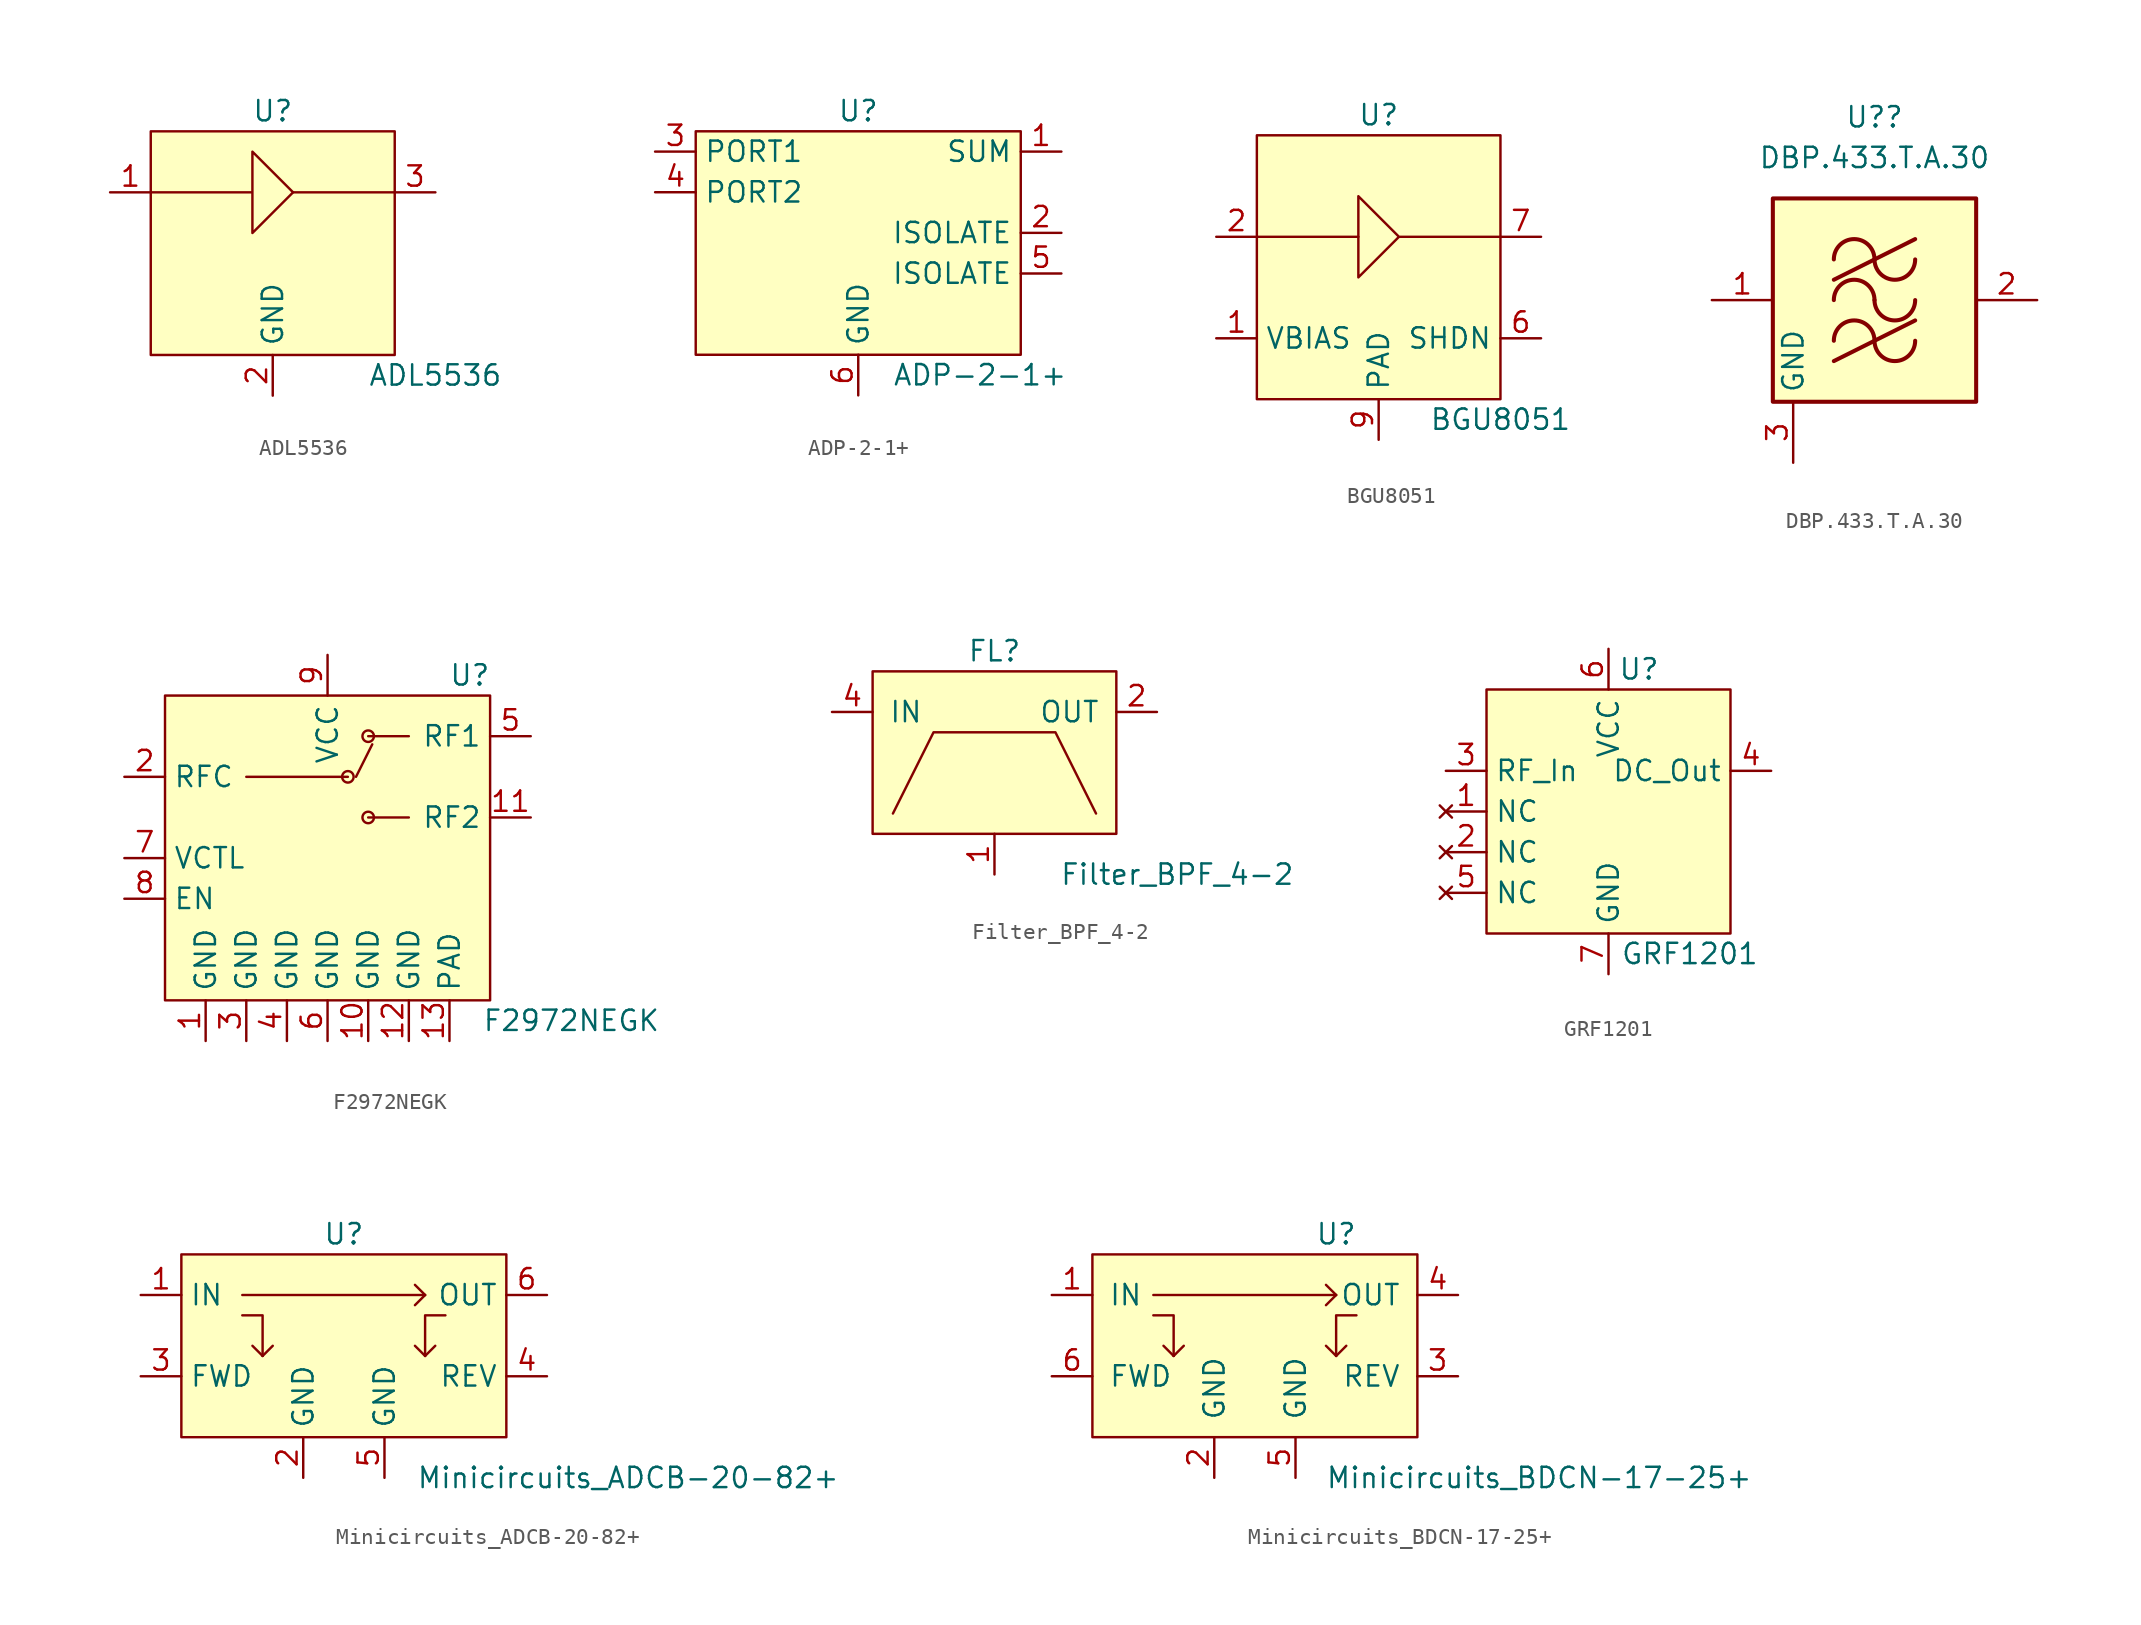
<source format=kicad_sym>
(kicad_symbol_lib
  (version 20211014)
  (generator kicad_symbol_editor)
  (symbol "ADL5536"
    (property "Reference" "U"
      (at 0 5.08 0)
      (effects (font (size 1.27 1.27))))
    (property "Value" "ADL5536"
      (at 10.16 -11.43 0)
      (effects (font (size 1.27 1.27))))
    (symbol "ADL5536_0_1"
      (rectangle (start -7.62 3.81) (end 7.62 -10.16) (stroke (width 0) (type default) (color 0 0 0 0)) (fill (type background)))
      (polyline (pts (xy 1.27 0) (xy 7.62 0)) (stroke (width 0) (type default) (color 0 0 0 0)) (fill (type none)))
      (polyline (pts (xy -7.62 0) (xy -1.27 0) (xy -1.27 2.54) (xy 1.27 0) (xy -1.27 -2.54) (xy -1.27 0)) (stroke (width 0) (type default) (color 0 0 0 0)) (fill (type none))))
    (symbol "ADL5536_1_1"
      (pin input line (at -10.16 0 0) (length 2.54) (name "~" (effects (font (size 1.27 1.27)))) (number "1" (effects (font (size 1.27 1.27)))))
      (pin power_in line (at 0 -12.7 90) (length 2.54) (name "GND" (effects (font (size 1.27 1.27)))) (number "2" (effects (font (size 1.27 1.27)))))
      (pin output line (at 10.16 0 180) (length 2.54) (name "~" (effects (font (size 1.27 1.27)))) (number "3" (effects (font (size 1.27 1.27)))))))
  (symbol "ADP-2-1+"
    (property "Reference" "U"
      (at 0 2.54 0)
      (effects (font (size 1.27 1.27))))
    (property "Value" "ADP-2-1+"
      (at 7.62 -13.97 0)
      (effects (font (size 1.27 1.27))))
    (symbol "ADP-2-1+_0_1"
      (rectangle (start -10.16 1.27) (end 10.16 -12.7) (stroke (width 0.152) (type default) (color 0 0 0 0)) (fill (type background))))
    (symbol "ADP-2-1+_1_1"
      (pin passive line (at 12.7 0 180) (length 2.54) (name "SUM" (effects (font (size 1.27 1.27)))) (number "1" (effects (font (size 1.27 1.27)))))
      (pin passive line (at 12.7 -5.08 180) (length 2.54) (name "ISOLATE" (effects (font (size 1.27 1.27)))) (number "2" (effects (font (size 1.27 1.27)))))
      (pin passive line (at -12.7 0 0) (length 2.54) (name "PORT1" (effects (font (size 1.27 1.27)))) (number "3" (effects (font (size 1.27 1.27)))))
      (pin passive line (at -12.7 -2.54 0) (length 2.54) (name "PORT2" (effects (font (size 1.27 1.27)))) (number "4" (effects (font (size 1.27 1.27)))))
      (pin passive line (at 12.7 -7.62 180) (length 2.54) (name "ISOLATE" (effects (font (size 1.27 1.27)))) (number "5" (effects (font (size 1.27 1.27)))))
      (pin power_in line (at 0 -15.24 90) (length 2.54) (name "GND" (effects (font (size 1.27 1.27)))) (number "6" (effects (font (size 1.27 1.27)))))))
  (symbol "BGU8051"
    (property "Reference" "U"
      (at 0 7.62 0)
      (effects (font (size 1.27 1.27))))
    (property "Value" "BGU8051"
      (at 7.62 -11.43 0)
      (effects (font (size 1.27 1.27))))
    (symbol "BGU8051_0_1"
      (rectangle (start -7.62 6.35) (end 7.62 -10.16) (stroke (width 0) (type default) (color 0 0 0 0)) (fill (type background)))
      (polyline (pts (xy -1.27 0) (xy -7.62 0)) (stroke (width 0) (type default) (color 0 0 0 0)) (fill (type none)))
      (polyline (pts (xy -1.27 2.54) (xy -1.27 -2.54) (xy 1.27 0) (xy -1.27 2.54) (xy 1.27 0) (xy 7.62 0)) (stroke (width 0) (type default) (color 0 0 0 0)) (fill (type none))))
    (symbol "BGU8051_1_1"
      (pin passive line (at -10.16 -6.35 0) (length 2.54) (name "VBIAS" (effects (font (size 1.27 1.27)))) (number "1" (effects (font (size 1.27 1.27)))))
      (pin passive line (at -10.16 0 0) (length 2.54) (name "~" (effects (font (size 1.27 1.27)))) (number "2" (effects (font (size 1.27 1.27)))))
      (pin passive line (at 3.81 -12.7 90) (length 2.54) hide (name "nc" (effects (font (size 1.27 1.27)))) (number "3" (effects (font (size 1.27 1.27)))))
      (pin passive line (at -2.54 -12.7 90) (length 2.54) hide (name "ic" (effects (font (size 1.27 1.27)))) (number "4" (effects (font (size 1.27 1.27)))))
      (pin passive line (at -3.81 -12.7 90) (length 2.54) hide (name "ic1" (effects (font (size 1.27 1.27)))) (number "5" (effects (font (size 1.27 1.27)))))
      (pin passive line (at 10.16 -6.35 180) (length 2.54) (name "SHDN" (effects (font (size 1.27 1.27)))) (number "6" (effects (font (size 1.27 1.27)))))
      (pin passive line (at 10.16 0 180) (length 2.54) (name "~" (effects (font (size 1.27 1.27)))) (number "7" (effects (font (size 1.27 1.27)))))
      (pin passive line (at -6.35 -12.7 90) (length 2.54) hide (name "nc1" (effects (font (size 1.27 1.27)))) (number "8" (effects (font (size 1.27 1.27)))))
      (pin power_in line (at 0 -12.7 90) (length 2.54) (name "PAD" (effects (font (size 1.27 1.27)))) (number "9" (effects (font (size 1.27 1.27)))))))
  (symbol "DBP.433.T.A.30"
    (property "Reference" "U?"
      (at 0 11.43 0)
      (effects (font (size 1.27 1.27))))
    (property "Value" "DBP.433.T.A.30"
      (at 0 8.89 0)
      (effects (font (size 1.27 1.27))))
    (symbol "DBP.433.T.A.30_0_1"
      (rectangle (start -6.35 6.35) (end 6.35 -6.35) (stroke (width 0.254) (type default) (color 0 0 0 0)) (fill (type background)))
      (arc (start 0 -2.54) (mid -1.27 -1.27) (end -2.54 -2.54) (stroke (width 0.254) (type default) (color 0 0 0 0)) (fill (type none)))
      (arc (start 0 -2.54) (mid 1.27 -3.81) (end 2.54 -2.54) (stroke (width 0.254) (type default) (color 0 0 0 0)) (fill (type none)))
      (arc (start 0 0) (mid -1.27 1.27) (end -2.54 0) (stroke (width 0.254) (type default) (color 0 0 0 0)) (fill (type none)))
      (polyline (pts (xy -2.54 -3.81) (xy 2.54 -1.27)) (stroke (width 0.254) (type default) (color 0 0 0 0)) (fill (type none)))
      (polyline (pts (xy -2.54 1.27) (xy 2.54 3.81)) (stroke (width 0.254) (type default) (color 0 0 0 0)) (fill (type none)))
      (arc (start 0 0) (mid 1.27 -1.27) (end 2.54 0) (stroke (width 0.254) (type default) (color 0 0 0 0)) (fill (type none)))
      (arc (start 0 2.54) (mid -1.27 3.81) (end -2.54 2.54) (stroke (width 0.254) (type default) (color 0 0 0 0)) (fill (type none)))
      (arc (start 0 2.54) (mid 1.27 1.27) (end 2.54 2.54) (stroke (width 0.254) (type default) (color 0 0 0 0)) (fill (type none))))
    (symbol "DBP.433.T.A.30_1_1"
      (pin input line (at -10.16 0 0) (length 3.81) (name "~" (effects (font (size 1.27 1.27)))) (number "1" (effects (font (size 1.27 1.27)))))
      (pin output line (at 10.16 0 180) (length 3.81) (name "~" (effects (font (size 1.27 1.27)))) (number "2" (effects (font (size 1.27 1.27)))))
      (pin passive line (at -5.08 -10.16 90) (length 3.81) (name "GND" (effects (font (size 1.27 1.27)))) (number "3" (effects (font (size 1.27 1.27)))))
      (pin passive line (at -5.08 -10.16 90) (length 3.81) hide (name "GND" (effects (font (size 1.27 1.27)))) (number "4" (effects (font (size 1.27 1.27)))))
      (pin passive line (at -5.08 -10.16 90) (length 3.81) hide (name "GND" (effects (font (size 1.27 1.27)))) (number "5" (effects (font (size 1.27 1.27)))))
      (pin passive line (at -5.08 -10.16 90) (length 3.81) hide (name "GND" (effects (font (size 1.27 1.27)))) (number "6" (effects (font (size 1.27 1.27)))))))
  (symbol "F2972NEGK"
    (property "Reference" "U"
      (at 8.89 6.35 0)
      (effects (font (size 1.27 1.27))))
    (property "Value" "F2972NEGK"
      (at 15.24 -15.24 0)
      (effects (font (size 1.27 1.27))))
    (symbol "F2972NEGK_0_1"
      (rectangle (start -10.16 5.08) (end 10.16 -13.97) (stroke (width 0.152) (type default) (color 0 0 0 0)) (fill (type background)))
      (polyline (pts (xy -5.08 0) (xy 1.27 0)) (stroke (width 0.152) (type default) (color 0 0 0 0)) (fill (type none)))
      (polyline (pts (xy 1.778 0) (xy 2.794 2.032)) (stroke (width 0.152) (type default) (color 0 0 0 0)) (fill (type none)))
      (polyline (pts (xy 5.08 -2.54) (xy 2.54 -2.54)) (stroke (width 0.152) (type default) (color 0 0 0 0)) (fill (type none)))
      (polyline (pts (xy 5.08 2.54) (xy 3.81 2.54) (xy 2.54 2.54)) (stroke (width 0.152) (type default) (color 0 0 0 0)) (fill (type none)))
      (circle (center 1.27 0) (radius 0.359) (stroke (width 0.152) (type default) (color 0 0 0 0)) (fill (type none)))
      (circle (center 2.54 -2.54) (radius 0.359) (stroke (width 0.152) (type default) (color 0 0 0 0)) (fill (type none)))
      (circle (center 2.54 2.54) (radius 0.359) (stroke (width 0.152) (type default) (color 0 0 0 0)) (fill (type none))))
    (symbol "F2972NEGK_1_1"
      (pin power_in line (at -7.62 -16.51 90) (length 2.54) (name "GND" (effects (font (size 1.27 1.27)))) (number "1" (effects (font (size 1.27 1.27)))))
      (pin power_in line (at 2.54 -16.51 90) (length 2.54) (name "GND" (effects (font (size 1.27 1.27)))) (number "10" (effects (font (size 1.27 1.27)))))
      (pin passive line (at 12.7 -2.54 180) (length 2.54) (name "RF2" (effects (font (size 1.27 1.27)))) (number "11" (effects (font (size 1.27 1.27)))))
      (pin power_in line (at 5.08 -16.51 90) (length 2.54) (name "GND" (effects (font (size 1.27 1.27)))) (number "12" (effects (font (size 1.27 1.27)))))
      (pin power_in line (at 7.62 -16.51 90) (length 2.54) (name "PAD" (effects (font (size 1.27 1.27)))) (number "13" (effects (font (size 1.27 1.27)))))
      (pin passive line (at -12.7 0 0) (length 2.54) (name "RFC" (effects (font (size 1.27 1.27)))) (number "2" (effects (font (size 1.27 1.27)))))
      (pin power_in line (at -5.08 -16.51 90) (length 2.54) (name "GND" (effects (font (size 1.27 1.27)))) (number "3" (effects (font (size 1.27 1.27)))))
      (pin power_in line (at -2.54 -16.51 90) (length 2.54) (name "GND" (effects (font (size 1.27 1.27)))) (number "4" (effects (font (size 1.27 1.27)))))
      (pin passive line (at 12.7 2.54 180) (length 2.54) (name "RF1" (effects (font (size 1.27 1.27)))) (number "5" (effects (font (size 1.27 1.27)))))
      (pin power_in line (at 0 -16.51 90) (length 2.54) (name "GND" (effects (font (size 1.27 1.27)))) (number "6" (effects (font (size 1.27 1.27)))))
      (pin input line (at -12.7 -5.08 0) (length 2.54) (name "VCTL" (effects (font (size 1.27 1.27)))) (number "7" (effects (font (size 1.27 1.27)))))
      (pin input line (at -12.7 -7.62 0) (length 2.54) (name "EN" (effects (font (size 1.27 1.27)))) (number "8" (effects (font (size 1.27 1.27)))))
      (pin power_in line (at 0 7.62 270) (length 2.54) (name "VCC" (effects (font (size 1.27 1.27)))) (number "9" (effects (font (size 1.27 1.27)))))))
  (symbol "Filter_BPF_4-2"
    (pin_names
      (offset 1.016))
    (property "Reference" "FL"
      (at 0 2.54 0)
      (effects (font (size 1.27 1.27))))
    (property "Value" "Filter_BPF_4-2"
      (at 11.43 -11.43 0)
      (effects (font (size 1.27 1.27))))
    (symbol "Filter_BPF_4-2_0_1"
      (rectangle (start -7.62 1.27) (end 7.62 -8.89) (stroke (width 0) (type default) (color 0 0 0 0)) (fill (type background)))
      (polyline (pts (xy -6.35 -7.62) (xy -3.81 -2.54) (xy 3.81 -2.54) (xy 6.35 -7.62)) (stroke (width 0) (type default) (color 0 0 0 0)) (fill (type none))))
    (symbol "Filter_BPF_4-2_1_1"
      (pin power_in line (at 0 -11.43 90) (length 2.54) (name "~" (effects (font (size 1.27 1.27)))) (number "1" (effects (font (size 1.27 1.27)))))
      (pin output line (at 10.16 -1.27 180) (length 2.54) (name "OUT" (effects (font (size 1.27 1.27)))) (number "2" (effects (font (size 1.27 1.27)))))
      (pin output line (at -10.16 -1.27 0) (length 2.54) (name "IN" (effects (font (size 1.27 1.27)))) (number "4" (effects (font (size 1.27 1.27)))))))
  (symbol "GRF1201"
    (property "Reference" "U"
      (at 1.905 8.89 0)
      (effects (font (size 1.27 1.27))))
    (property "Value" "GRF1201"
      (at 5.08 -8.89 0)
      (effects (font (size 1.27 1.27))))
    (symbol "GRF1201_0_1"
      (rectangle (start -7.62 7.62) (end 7.62 -7.62) (stroke (width 0) (type default) (color 0 0 0 0)) (fill (type background))))
    (symbol "GRF1201_1_1"
      (pin no_connect line (at -10.16 0 0) (length 2.54) (name "NC" (effects (font (size 1.27 1.27)))) (number "1" (effects (font (size 1.27 1.27)))))
      (pin no_connect line (at -10.16 -2.54 0) (length 2.54) (name "NC" (effects (font (size 1.27 1.27)))) (number "2" (effects (font (size 1.27 1.27)))))
      (pin input line (at -10.16 2.54 0) (length 2.54) (name "RF_In" (effects (font (size 1.27 1.27)))) (number "3" (effects (font (size 1.27 1.27)))))
      (pin output line (at 10.16 2.54 180) (length 2.54) (name "DC_Out" (effects (font (size 1.27 1.27)))) (number "4" (effects (font (size 1.27 1.27)))))
      (pin no_connect line (at -10.16 -5.08 0) (length 2.54) (name "NC" (effects (font (size 1.27 1.27)))) (number "5" (effects (font (size 1.27 1.27)))))
      (pin power_in line (at 0 10.16 270) (length 2.54) (name "VCC" (effects (font (size 1.27 1.27)))) (number "6" (effects (font (size 1.27 1.27)))))
      (pin power_in line (at 0 -10.16 90) (length 2.54) (name "GND" (effects (font (size 1.27 1.27)))) (number "7" (effects (font (size 1.27 1.27)))))))
  (symbol "Minicircuits_ADCB-20-82+"
    (property "Reference" "U"
      (at 0 3.81 0)
      (effects (font (size 1.27 1.27))))
    (property "Value" "Minicircuits_ADCB-20-82+"
      (at 17.78 -11.43 0)
      (effects (font (size 1.27 1.27))))
    (symbol "Minicircuits_ADCB-20-82+_0_1"
      (rectangle (start -10.16 2.54) (end 10.16 -8.89) (stroke (width 0) (type default) (color 0 0 0 0)) (fill (type background)))
      (polyline (pts (xy -6.35 0) (xy 5.08 0)) (stroke (width 0) (type default) (color 0 0 0 0)) (fill (type none)))
      (polyline (pts (xy -5.08 -3.81) (xy -5.715 -3.175)) (stroke (width 0) (type default) (color 0 0 0 0)) (fill (type none)))
      (polyline (pts (xy -5.08 -3.81) (xy -4.445 -3.175)) (stroke (width 0) (type default) (color 0 0 0 0)) (fill (type none)))
      (polyline (pts (xy 5.08 -3.81) (xy 4.445 -3.175)) (stroke (width 0) (type default) (color 0 0 0 0)) (fill (type none)))
      (polyline (pts (xy 5.08 -3.81) (xy 5.715 -3.175)) (stroke (width 0) (type default) (color 0 0 0 0)) (fill (type none)))
      (polyline (pts (xy 5.08 0) (xy 4.445 -0.635)) (stroke (width 0) (type default) (color 0 0 0 0)) (fill (type none)))
      (polyline (pts (xy 5.08 0) (xy 4.445 0.635)) (stroke (width 0) (type default) (color 0 0 0 0)) (fill (type none)))
      (polyline (pts (xy -6.35 -1.27) (xy -5.08 -1.27) (xy -5.08 -3.81)) (stroke (width 0) (type default) (color 0 0 0 0)) (fill (type none)))
      (polyline (pts (xy 6.35 -1.27) (xy 5.08 -1.27) (xy 5.08 -3.81)) (stroke (width 0) (type default) (color 0 0 0 0)) (fill (type none))))
    (symbol "Minicircuits_ADCB-20-82+_1_1"
      (pin input line (at -12.7 0 0) (length 2.54) (name "IN" (effects (font (size 1.27 1.27)))) (number "1" (effects (font (size 1.27 1.27)))))
      (pin power_in line (at -2.54 -11.43 90) (length 2.54) (name "GND" (effects (font (size 1.27 1.27)))) (number "2" (effects (font (size 1.27 1.27)))))
      (pin output line (at -12.7 -5.08 0) (length 2.54) (name "FWD" (effects (font (size 1.27 1.27)))) (number "3" (effects (font (size 1.27 1.27)))))
      (pin input line (at 12.7 -5.08 180) (length 2.54) (name "REV" (effects (font (size 1.27 1.27)))) (number "4" (effects (font (size 1.27 1.27)))))
      (pin power_in line (at 2.54 -11.43 90) (length 2.54) (name "GND" (effects (font (size 1.27 1.27)))) (number "5" (effects (font (size 1.27 1.27)))))
      (pin input line (at 12.7 0 180) (length 2.54) (name "OUT" (effects (font (size 1.27 1.27)))) (number "6" (effects (font (size 1.27 1.27)))))))
  (symbol "Minicircuits_BDCN-17-25+"
    (pin_names
      (offset 1.016))
    (property "Reference" "U"
      (at 5.08 3.81 0)
      (effects (font (size 1.27 1.27))))
    (property "Value" "Minicircuits_BDCN-17-25+"
      (at 17.78 -11.43 0)
      (effects (font (size 1.27 1.27))))
    (symbol "Minicircuits_BDCN-17-25+_0_1"
      (rectangle (start -10.16 2.54) (end 10.16 -8.89) (stroke (width 0) (type default) (color 0 0 0 0)) (fill (type background)))
      (polyline (pts (xy -6.35 0) (xy 5.08 0)) (stroke (width 0) (type default) (color 0 0 0 0)) (fill (type none)))
      (polyline (pts (xy -5.08 -3.81) (xy -5.715 -3.175)) (stroke (width 0) (type default) (color 0 0 0 0)) (fill (type none)))
      (polyline (pts (xy -5.08 -3.81) (xy -4.445 -3.175)) (stroke (width 0) (type default) (color 0 0 0 0)) (fill (type none)))
      (polyline (pts (xy 5.08 -3.81) (xy 4.445 -3.175)) (stroke (width 0) (type default) (color 0 0 0 0)) (fill (type none)))
      (polyline (pts (xy 5.08 -3.81) (xy 5.715 -3.175)) (stroke (width 0) (type default) (color 0 0 0 0)) (fill (type none)))
      (polyline (pts (xy 5.08 0) (xy 4.445 -0.635)) (stroke (width 0) (type default) (color 0 0 0 0)) (fill (type none)))
      (polyline (pts (xy 5.08 0) (xy 4.445 0.635)) (stroke (width 0) (type default) (color 0 0 0 0)) (fill (type none)))
      (polyline (pts (xy -6.35 -1.27) (xy -5.08 -1.27) (xy -5.08 -3.81)) (stroke (width 0) (type default) (color 0 0 0 0)) (fill (type none)))
      (polyline (pts (xy 6.35 -1.27) (xy 5.08 -1.27) (xy 5.08 -3.81)) (stroke (width 0) (type default) (color 0 0 0 0)) (fill (type none))))
    (symbol "Minicircuits_BDCN-17-25+_1_1"
      (pin input line (at -12.7 0 0) (length 2.54) (name "IN" (effects (font (size 1.27 1.27)))) (number "1" (effects (font (size 1.27 1.27)))))
      (pin power_in line (at -2.54 -11.43 90) (length 2.54) (name "GND" (effects (font (size 1.27 1.27)))) (number "2" (effects (font (size 1.27 1.27)))))
      (pin output line (at 12.7 -5.08 180) (length 2.54) (name "REV" (effects (font (size 1.27 1.27)))) (number "3" (effects (font (size 1.27 1.27)))))
      (pin output line (at 12.7 0 180) (length 2.54) (name "OUT" (effects (font (size 1.27 1.27)))) (number "4" (effects (font (size 1.27 1.27)))))
      (pin power_in line (at 2.54 -11.43 90) (length 2.54) (name "GND" (effects (font (size 1.27 1.27)))) (number "5" (effects (font (size 1.27 1.27)))))
      (pin output line (at -12.7 -5.08 0) (length 2.54) (name "FWD" (effects (font (size 1.27 1.27)))) (number "6" (effects (font (size 1.27 1.27))))))))
</source>
